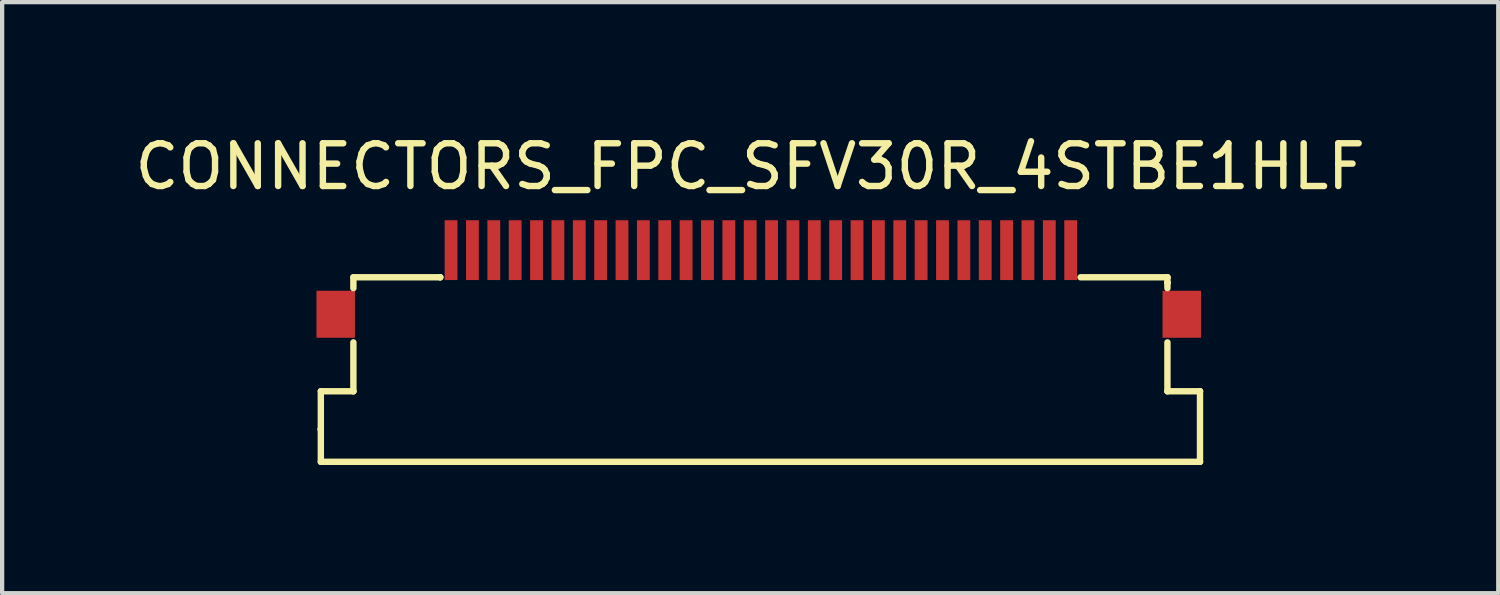
<source format=kicad_pcb>
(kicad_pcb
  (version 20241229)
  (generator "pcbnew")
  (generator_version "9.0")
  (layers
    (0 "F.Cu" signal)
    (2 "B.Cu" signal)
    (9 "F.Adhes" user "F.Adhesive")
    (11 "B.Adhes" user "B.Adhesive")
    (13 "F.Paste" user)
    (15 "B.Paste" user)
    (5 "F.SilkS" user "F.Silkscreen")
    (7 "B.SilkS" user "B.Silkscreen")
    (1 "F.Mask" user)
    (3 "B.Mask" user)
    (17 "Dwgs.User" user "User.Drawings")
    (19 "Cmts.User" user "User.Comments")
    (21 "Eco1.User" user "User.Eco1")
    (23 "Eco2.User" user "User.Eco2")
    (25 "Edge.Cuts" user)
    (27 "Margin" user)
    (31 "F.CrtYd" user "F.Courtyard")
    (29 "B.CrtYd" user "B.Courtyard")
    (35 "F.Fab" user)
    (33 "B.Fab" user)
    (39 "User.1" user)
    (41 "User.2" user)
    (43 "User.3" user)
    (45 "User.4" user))
  (footprint "CONNECTORS_FPC_SFV30R_4STBE1HLF"
    (layer "F.Cu")
    (at 14.491 5.598)
    (property "Reference" "CONNECTORS_FPC_SFV30R_4STBE1HLF" (at 0.015 -4.75 0) (layer "F.SilkS") (effects (font (size 1 1) (thickness 0.15))))
    (attr through_hole)
    (fp_line (start -10.033 0.508) (end -10.033 1.397) (stroke (width 0.15) (type solid)) (layer "F.SilkS"))
    (fp_line (start -10.033 1.397) (end -10.033 1.397) (stroke (width 0.15) (type solid)) (layer "F.SilkS"))
    (fp_line (start -10.033 1.397) (end -10.033 1.397) (stroke (width 0.15) (type solid)) (layer "F.SilkS"))
    (fp_line (start -10.033 2.159) (end -10.033 1.397) (stroke (width 0.15) (type solid)) (layer "F.SilkS"))
    (fp_line (start -10.033 2.159) (end 10.541 2.159) (stroke (width 0.15) (type solid)) (layer "F.SilkS"))
    (fp_line (start -9.271 -2.159) (end -7.239 -2.159) (stroke (width 0.15) (type solid)) (layer "F.SilkS"))
    (fp_line (start -9.271 -1.905) (end -9.271 -2.159) (stroke (width 0.15) (type solid)) (layer "F.SilkS"))
    (fp_line (start -9.271 -0.635) (end -9.271 0.508) (stroke (width 0.15) (type solid)) (layer "F.SilkS"))
    (fp_line (start -9.271 0.508) (end -10.033 0.508) (stroke (width 0.15) (type solid)) (layer "F.SilkS"))
    (fp_line (start -9.271 0.508) (end -9.271 0.508) (stroke (width 0.15) (type solid)) (layer "F.SilkS"))
    (fp_line (start -7.239 -2.159) (end -7.239 -2.159) (stroke (width 0.15) (type solid)) (layer "F.SilkS"))
    (fp_line (start -7.239 -2.159) (end -7.239 -2.159) (stroke (width 0.15) (type solid)) (layer "F.SilkS"))
    (fp_line (start 7.747 -2.159) (end 9.779 -2.159) (stroke (width 0.15) (type solid)) (layer "F.SilkS"))
    (fp_line (start 9.779 -2.159) (end 9.779 -2.159) (stroke (width 0.15) (type solid)) (layer "F.SilkS"))
    (fp_line (start 9.779 -2.159) (end 9.779 -2.032) (stroke (width 0.15) (type solid)) (layer "F.SilkS"))
    (fp_line (start 9.779 -2.032) (end 9.779 -2.032) (stroke (width 0.15) (type solid)) (layer "F.SilkS"))
    (fp_line (start 9.779 -2.032) (end 9.779 -2.032) (stroke (width 0.15) (type solid)) (layer "F.SilkS"))
    (fp_line (start 9.779 -1.905) (end 9.779 -2.032) (stroke (width 0.15) (type solid)) (layer "F.SilkS"))
    (fp_line (start 9.779 -0.635) (end 9.779 0.508) (stroke (width 0.15) (type solid)) (layer "F.SilkS"))
    (fp_line (start 9.779 0.508) (end 9.779 0.508) (stroke (width 0.15) (type solid)) (layer "F.SilkS"))
    (fp_line (start 9.779 0.508) (end 10.541 0.508) (stroke (width 0.15) (type solid)) (layer "F.SilkS"))
    (fp_line (start 10.541 0.508) (end 10.541 0.508) (stroke (width 0.15) (type solid)) (layer "F.SilkS"))
    (fp_line (start 10.541 0.508) (end 10.541 2.159) (stroke (width 0.15) (type solid)) (layer "F.SilkS"))
    (fp_line (start 10.541 2.159) (end 10.541 2.159) (stroke (width 0.15) (type solid)) (layer "F.SilkS"))
    (pad "" smd rect (at -9.685 -1.294) (size 0.9 1.1) (layers "F.Cu" "F.Mask" "F.Paste"))
    (pad "" smd rect (at 10.115 -1.294) (size 0.9 1.1) (layers "F.Cu" "F.Mask" "F.Paste"))
    (pad "1" smd rect (at -6.985 -2.794) (size 0.3 1.4) (layers "F.Cu" "F.Mask" "F.Paste"))
    (pad "2" smd rect (at -6.485 -2.794) (size 0.3 1.4) (layers "F.Cu" "F.Mask" "F.Paste"))
    (pad "3" smd rect (at -5.985 -2.794) (size 0.3 1.4) (layers "F.Cu" "F.Mask" "F.Paste"))
    (pad "4" smd rect (at -5.485 -2.794) (size 0.3 1.4) (layers "F.Cu" "F.Mask" "F.Paste"))
    (pad "5" smd rect (at -4.985 -2.794) (size 0.3 1.4) (layers "F.Cu" "F.Mask" "F.Paste"))
    (pad "6" smd rect (at -4.485 -2.794) (size 0.3 1.4) (layers "F.Cu" "F.Mask" "F.Paste"))
    (pad "7" smd rect (at -3.985 -2.794) (size 0.3 1.4) (layers "F.Cu" "F.Mask" "F.Paste"))
    (pad "8" smd rect (at -3.485 -2.794) (size 0.3 1.4) (layers "F.Cu" "F.Mask" "F.Paste"))
    (pad "9" smd rect (at -2.985 -2.794) (size 0.3 1.4) (layers "F.Cu" "F.Mask" "F.Paste"))
    (pad "10" smd rect (at -2.485 -2.794) (size 0.3 1.4) (layers "F.Cu" "F.Mask" "F.Paste"))
    (pad "11" smd rect (at -1.985 -2.794) (size 0.3 1.4) (layers "F.Cu" "F.Mask" "F.Paste"))
    (pad "12" smd rect (at -1.485 -2.794) (size 0.3 1.4) (layers "F.Cu" "F.Mask" "F.Paste"))
    (pad "13" smd rect (at -0.985 -2.794) (size 0.3 1.4) (layers "F.Cu" "F.Mask" "F.Paste"))
    (pad "14" smd rect (at -0.485 -2.794) (size 0.3 1.4) (layers "F.Cu" "F.Mask" "F.Paste"))
    (pad "15" smd rect (at 0.015 -2.794) (size 0.3 1.4) (layers "F.Cu" "F.Mask" "F.Paste"))
    (pad "16" smd rect (at 0.515 -2.794) (size 0.3 1.4) (layers "F.Cu" "F.Mask" "F.Paste"))
    (pad "17" smd rect (at 1.015 -2.794) (size 0.3 1.4) (layers "F.Cu" "F.Mask" "F.Paste"))
    (pad "18" smd rect (at 1.515 -2.794) (size 0.3 1.4) (layers "F.Cu" "F.Mask" "F.Paste"))
    (pad "19" smd rect (at 2.015 -2.794) (size 0.3 1.4) (layers "F.Cu" "F.Mask" "F.Paste"))
    (pad "20" smd rect (at 2.515 -2.794) (size 0.3 1.4) (layers "F.Cu" "F.Mask" "F.Paste"))
    (pad "21" smd rect (at 3.015 -2.794) (size 0.3 1.4) (layers "F.Cu" "F.Mask" "F.Paste"))
    (pad "22" smd rect (at 3.515 -2.794) (size 0.3 1.4) (layers "F.Cu" "F.Mask" "F.Paste"))
    (pad "23" smd rect (at 4.015 -2.794) (size 0.3 1.4) (layers "F.Cu" "F.Mask" "F.Paste"))
    (pad "24" smd rect (at 4.515 -2.794) (size 0.3 1.4) (layers "F.Cu" "F.Mask" "F.Paste"))
    (pad "25" smd rect (at 5.015 -2.794) (size 0.3 1.4) (layers "F.Cu" "F.Mask" "F.Paste"))
    (pad "26" smd rect (at 5.515 -2.794) (size 0.3 1.4) (layers "F.Cu" "F.Mask" "F.Paste"))
    (pad "27" smd rect (at 6.015 -2.794) (size 0.3 1.4) (layers "F.Cu" "F.Mask" "F.Paste"))
    (pad "28" smd rect (at 6.515 -2.794) (size 0.3 1.4) (layers "F.Cu" "F.Mask" "F.Paste"))
    (pad "29" smd rect (at 7.015 -2.794) (size 0.3 1.4) (layers "F.Cu" "F.Mask" "F.Paste"))
    (pad "30" smd rect (at 7.515 -2.794) (size 0.3 1.4) (layers "F.Cu" "F.Mask" "F.Paste")))
  (gr_rect
    (start -3 -3)
    (end 32.012 10.832)
    (stroke (width 0.1) (type default))
    (fill no)
    (layer "Edge.Cuts")))
</source>
